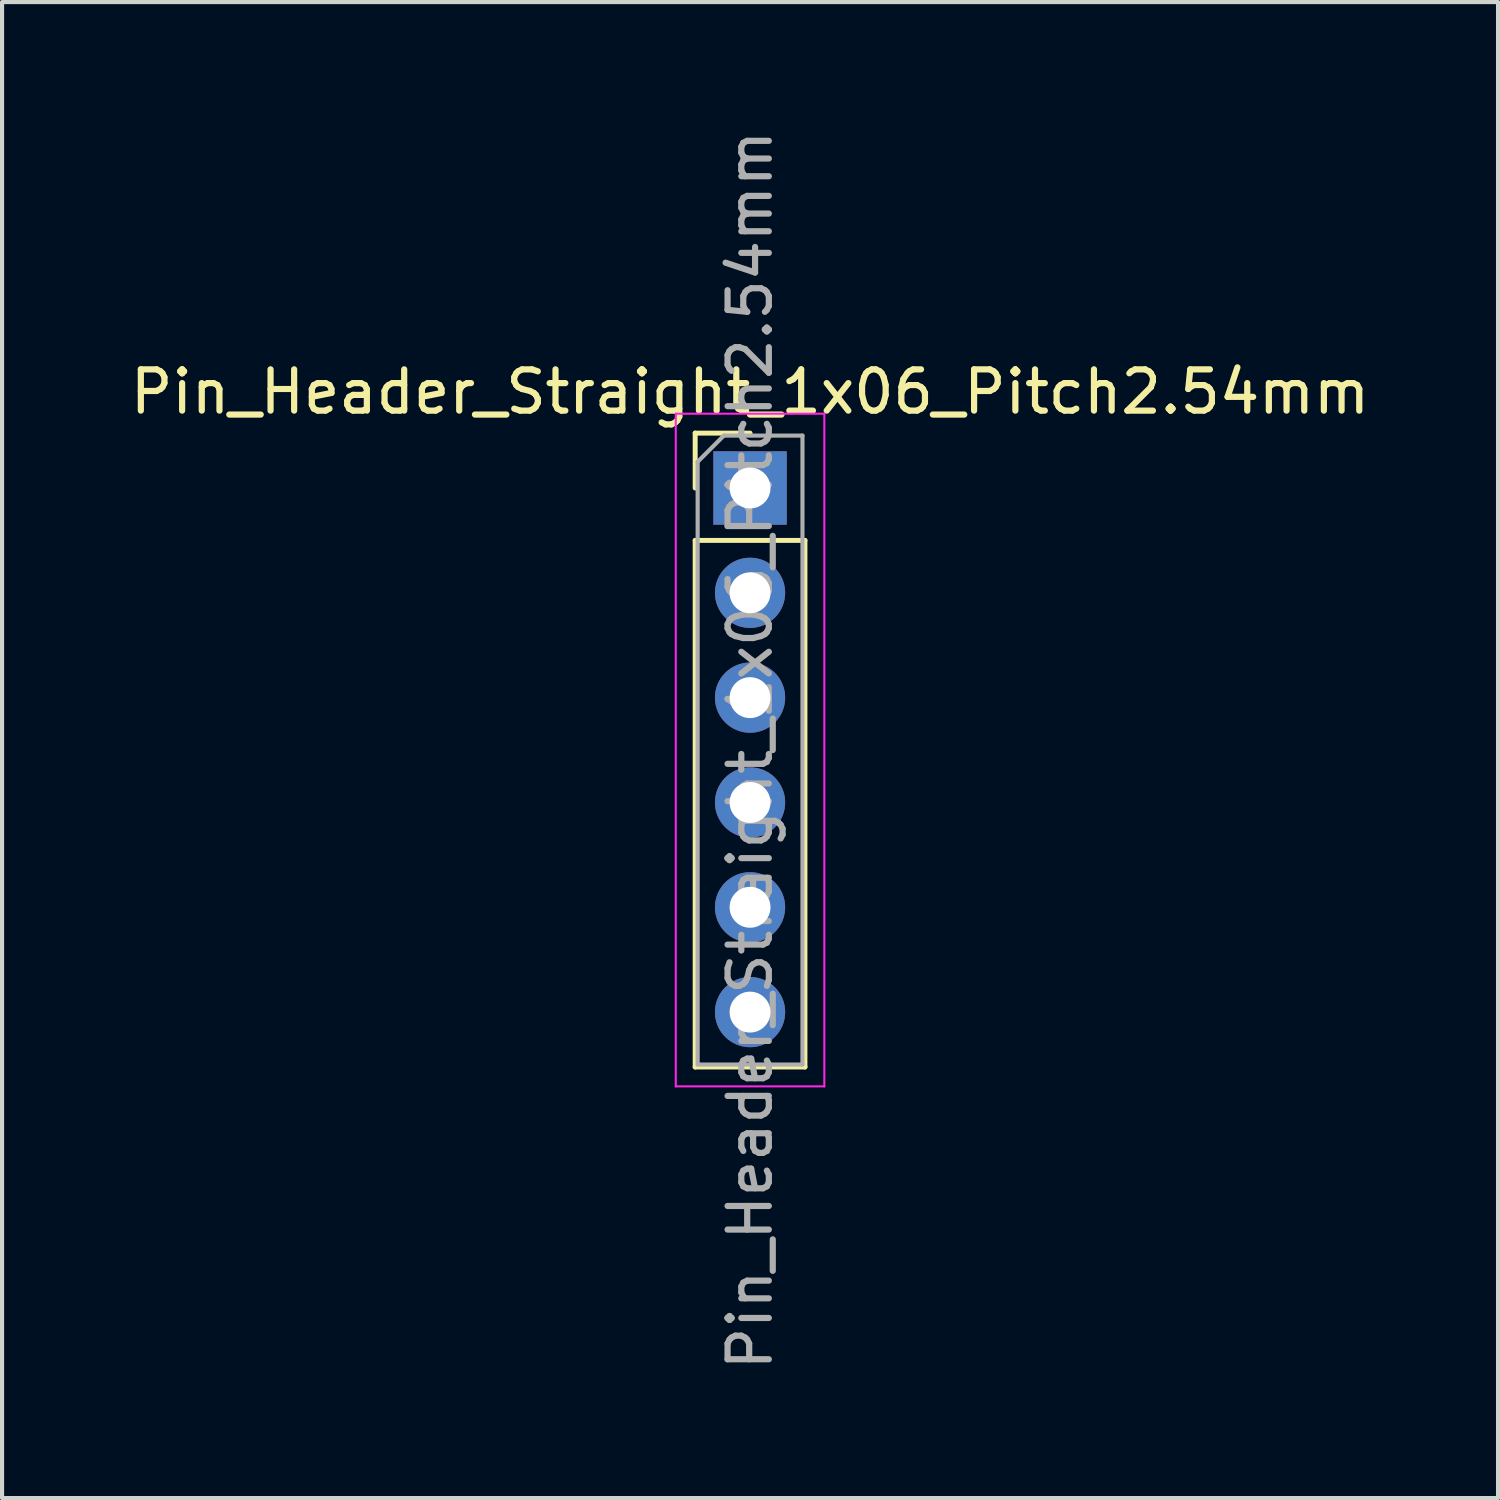
<source format=kicad_pcb>
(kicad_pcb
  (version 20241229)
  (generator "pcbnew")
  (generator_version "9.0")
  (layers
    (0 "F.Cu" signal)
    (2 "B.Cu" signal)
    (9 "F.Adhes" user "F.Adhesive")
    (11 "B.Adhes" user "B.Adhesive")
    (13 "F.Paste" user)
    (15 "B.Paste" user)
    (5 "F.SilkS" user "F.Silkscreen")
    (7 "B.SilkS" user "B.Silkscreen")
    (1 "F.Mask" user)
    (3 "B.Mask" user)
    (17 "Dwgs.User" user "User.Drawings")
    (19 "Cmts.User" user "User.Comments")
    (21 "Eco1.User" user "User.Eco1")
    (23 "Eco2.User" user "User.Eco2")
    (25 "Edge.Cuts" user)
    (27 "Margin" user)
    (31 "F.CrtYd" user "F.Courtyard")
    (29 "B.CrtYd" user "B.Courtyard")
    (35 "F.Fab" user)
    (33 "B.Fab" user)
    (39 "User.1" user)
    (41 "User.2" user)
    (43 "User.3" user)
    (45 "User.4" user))
  (footprint "Pin_Header_Straight_1x06_Pitch2.54mm"
    (layer "F.Cu")
    (at 15.125 8.775)
    (property "Reference" "Pin_Header_Straight_1x06_Pitch2.54mm" (at 0 -2.33 0) (layer "F.SilkS") (effects (font (size 1 1) (thickness 0.15))))
    (attr through_hole)
    (fp_line (start -1.33 -1.33) (end 0 -1.33) (stroke (width 0.12) (type solid)) (layer "F.SilkS"))
    (fp_line (start -1.33 0) (end -1.33 -1.33) (stroke (width 0.12) (type solid)) (layer "F.SilkS"))
    (fp_line (start -1.33 1.27) (end -1.33 14.03) (stroke (width 0.12) (type solid)) (layer "F.SilkS"))
    (fp_line (start -1.33 1.27) (end 1.33 1.27) (stroke (width 0.12) (type solid)) (layer "F.SilkS"))
    (fp_line (start -1.33 14.03) (end 1.33 14.03) (stroke (width 0.12) (type solid)) (layer "F.SilkS"))
    (fp_line (start 1.33 1.27) (end 1.33 14.03) (stroke (width 0.12) (type solid)) (layer "F.SilkS"))
    (fp_line (start -1.8 -1.8) (end -1.8 14.5) (stroke (width 0.05) (type solid)) (layer "F.CrtYd"))
    (fp_line (start -1.8 14.5) (end 1.8 14.5) (stroke (width 0.05) (type solid)) (layer "F.CrtYd"))
    (fp_line (start 1.8 -1.8) (end -1.8 -1.8) (stroke (width 0.05) (type solid)) (layer "F.CrtYd"))
    (fp_line (start 1.8 14.5) (end 1.8 -1.8) (stroke (width 0.05) (type solid)) (layer "F.CrtYd"))
    (fp_line (start -1.27 -0.635) (end -0.635 -1.27) (stroke (width 0.1) (type solid)) (layer "F.Fab"))
    (fp_line (start -1.27 13.97) (end -1.27 -0.635) (stroke (width 0.1) (type solid)) (layer "F.Fab"))
    (fp_line (start -0.635 -1.27) (end 1.27 -1.27) (stroke (width 0.1) (type solid)) (layer "F.Fab"))
    (fp_line (start 1.27 -1.27) (end 1.27 13.97) (stroke (width 0.1) (type solid)) (layer "F.Fab"))
    (fp_line (start 1.27 13.97) (end -1.27 13.97) (stroke (width 0.1) (type solid)) (layer "F.Fab"))
    (fp_text user "${REFERENCE}" (at 0 6.35 90) (layer "F.Fab") (effects (font (size 1 1) (thickness 0.15))))
    (pad "1" thru_hole rect (at 0 0) (size 1.778 1.778) (drill 0.991) (layers "*.Cu" "*.Mask"))
    (pad "2" thru_hole oval (at 0 2.54) (size 1.702 1.702) (drill 0.991) (layers "*.Cu" "*.Mask"))
    (pad "3" thru_hole oval (at 0 5.08) (size 1.702 1.702) (drill 0.991) (layers "*.Cu" "*.Mask"))
    (pad "4" thru_hole oval (at 0 7.62) (size 1.702 1.702) (drill 0.991) (layers "*.Cu" "*.Mask"))
    (pad "5" thru_hole oval (at 0 10.16) (size 1.702 1.702) (drill 0.991) (layers "*.Cu" "*.Mask"))
    (pad "6" thru_hole oval (at 0 12.7) (size 1.702 1.702) (drill 0.991) (layers "*.Cu" "*.Mask")))
  (gr_rect
    (start -3 -3)
    (end 33.25 33.25)
    (stroke (width 0.1) (type default))
    (fill no)
    (layer "Edge.Cuts")))
</source>
